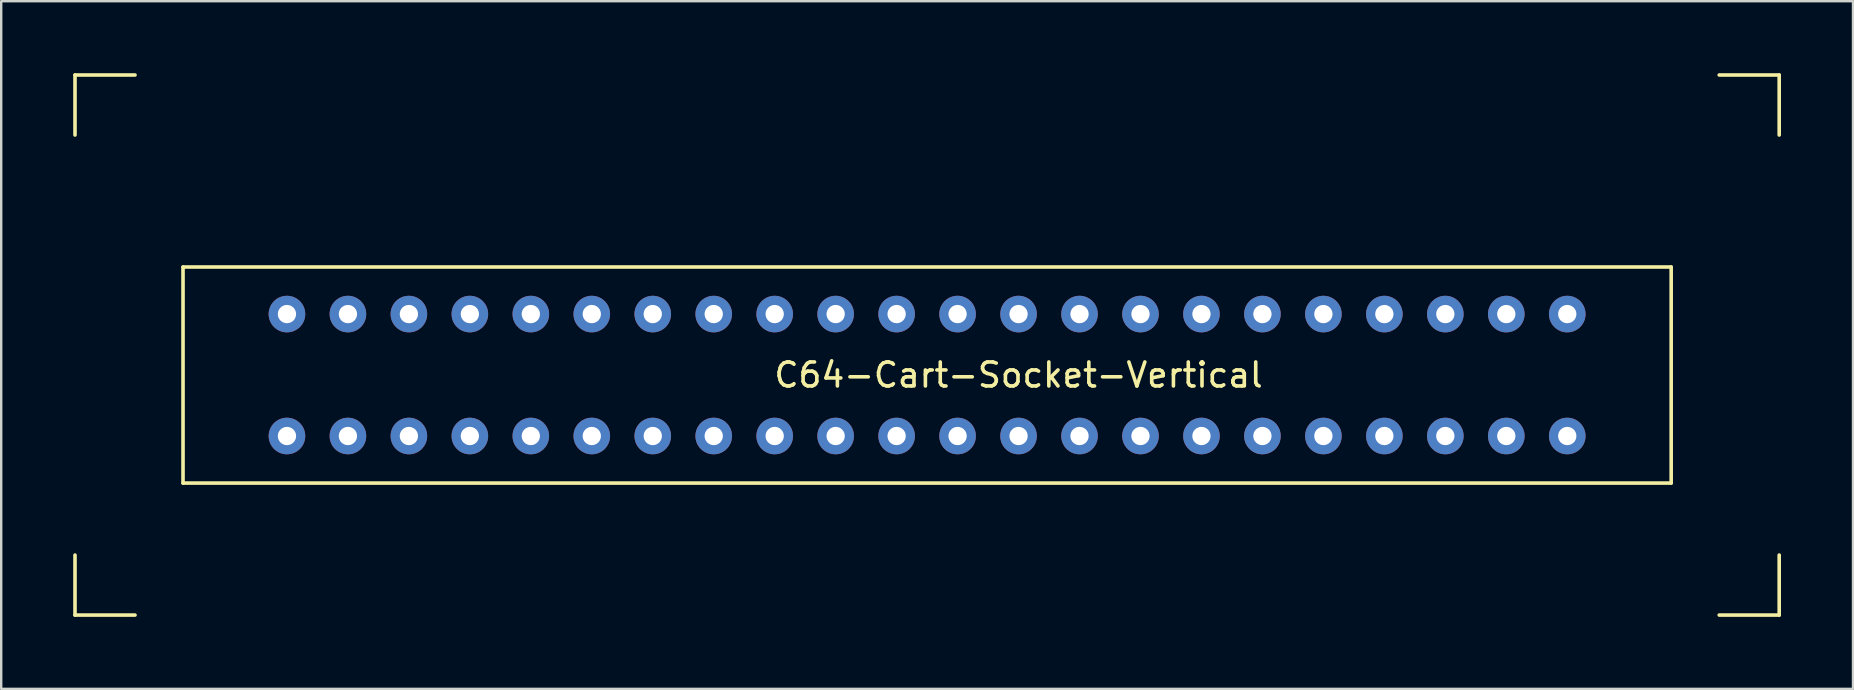
<source format=kicad_pcb>
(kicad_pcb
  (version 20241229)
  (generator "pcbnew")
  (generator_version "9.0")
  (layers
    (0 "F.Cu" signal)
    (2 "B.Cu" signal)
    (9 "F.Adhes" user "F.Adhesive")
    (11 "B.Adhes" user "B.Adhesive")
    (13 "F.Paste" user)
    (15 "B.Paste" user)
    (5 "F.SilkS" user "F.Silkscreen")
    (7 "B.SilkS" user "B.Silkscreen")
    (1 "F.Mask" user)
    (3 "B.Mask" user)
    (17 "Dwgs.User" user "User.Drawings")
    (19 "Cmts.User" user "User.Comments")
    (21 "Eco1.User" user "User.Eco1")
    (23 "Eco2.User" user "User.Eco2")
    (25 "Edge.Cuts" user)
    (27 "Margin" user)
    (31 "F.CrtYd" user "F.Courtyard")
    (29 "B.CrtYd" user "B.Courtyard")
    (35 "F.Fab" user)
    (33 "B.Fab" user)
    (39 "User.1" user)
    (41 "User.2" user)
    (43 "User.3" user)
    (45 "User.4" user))
  (footprint "C64-Cart-Socket-Vertical"
    (layer "F.Cu")
    (at 35.575 12.575)
    (property "Reference" "C64-Cart-Socket-Vertical" (at 3.81 0 0) (layer "F.SilkS") (effects (font (size 1 1) (thickness 0.15))))
    (attr through_hole)
    (fp_line (start -35.5 -12.5) (end -33 -12.5) (stroke (width 0.15) (type solid)) (layer "F.SilkS"))
    (fp_line (start -35.5 -10) (end -35.5 -12.5) (stroke (width 0.15) (type solid)) (layer "F.SilkS"))
    (fp_line (start -35.5 7.5) (end -35.5 10) (stroke (width 0.15) (type solid)) (layer "F.SilkS"))
    (fp_line (start -35.5 10) (end -33 10) (stroke (width 0.15) (type solid)) (layer "F.SilkS"))
    (fp_line (start -31 -4.5) (end -31 4.5) (stroke (width 0.15) (type solid)) (layer "F.SilkS"))
    (fp_line (start -31 4.5) (end 31 4.5) (stroke (width 0.15) (type solid)) (layer "F.SilkS"))
    (fp_line (start 31 -4.5) (end -31 -4.5) (stroke (width 0.15) (type solid)) (layer "F.SilkS"))
    (fp_line (start 31 4.5) (end 31 -4.5) (stroke (width 0.15) (type solid)) (layer "F.SilkS"))
    (fp_line (start 35.5 -12.5) (end 33 -12.5) (stroke (width 0.15) (type solid)) (layer "F.SilkS"))
    (fp_line (start 35.5 -12.5) (end 35.5 -10) (stroke (width 0.15) (type solid)) (layer "F.SilkS"))
    (fp_line (start 35.5 7.5) (end 35.5 10) (stroke (width 0.15) (type solid)) (layer "F.SilkS"))
    (fp_line (start 35.5 10) (end 33 10) (stroke (width 0.15) (type solid)) (layer "F.SilkS"))
    (pad "1" thru_hole circle (at 26.67 -2.54) (size 1.524 1.524) (drill 0.762) (layers "*.Cu" "*.Mask"))
    (pad "2" thru_hole circle (at 24.13 -2.54) (size 1.524 1.524) (drill 0.762) (layers "*.Cu" "*.Mask"))
    (pad "3" thru_hole circle (at 21.59 -2.54) (size 1.524 1.524) (drill 0.762) (layers "*.Cu" "*.Mask"))
    (pad "4" thru_hole circle (at 19.05 -2.54) (size 1.524 1.524) (drill 0.762) (layers "*.Cu" "*.Mask"))
    (pad "5" thru_hole circle (at 16.51 -2.54) (size 1.524 1.524) (drill 0.762) (layers "*.Cu" "*.Mask"))
    (pad "6" thru_hole circle (at 13.97 -2.54) (size 1.524 1.524) (drill 0.762) (layers "*.Cu" "*.Mask"))
    (pad "7" thru_hole circle (at 11.43 -2.54) (size 1.524 1.524) (drill 0.762) (layers "*.Cu" "*.Mask"))
    (pad "8" thru_hole circle (at 8.89 -2.54) (size 1.524 1.524) (drill 0.762) (layers "*.Cu" "*.Mask"))
    (pad "9" thru_hole circle (at 6.35 -2.54) (size 1.524 1.524) (drill 0.762) (layers "*.Cu" "*.Mask"))
    (pad "10" thru_hole circle (at 3.81 -2.54) (size 1.524 1.524) (drill 0.762) (layers "*.Cu" "*.Mask"))
    (pad "11" thru_hole circle (at 1.27 -2.54) (size 1.524 1.524) (drill 0.762) (layers "*.Cu" "*.Mask"))
    (pad "12" thru_hole circle (at -1.27 -2.54) (size 1.524 1.524) (drill 0.762) (layers "*.Cu" "*.Mask"))
    (pad "13" thru_hole circle (at -3.81 -2.54) (size 1.524 1.524) (drill 0.762) (layers "*.Cu" "*.Mask"))
    (pad "14" thru_hole circle (at -6.35 -2.54) (size 1.524 1.524) (drill 0.762) (layers "*.Cu" "*.Mask"))
    (pad "15" thru_hole circle (at -8.89 -2.54) (size 1.524 1.524) (drill 0.762) (layers "*.Cu" "*.Mask"))
    (pad "16" thru_hole circle (at -11.43 -2.54) (size 1.524 1.524) (drill 0.762) (layers "*.Cu" "*.Mask"))
    (pad "17" thru_hole circle (at -13.97 -2.54) (size 1.524 1.524) (drill 0.762) (layers "*.Cu" "*.Mask"))
    (pad "18" thru_hole circle (at -16.51 -2.54) (size 1.524 1.524) (drill 0.762) (layers "*.Cu" "*.Mask"))
    (pad "19" thru_hole circle (at -19.05 -2.54) (size 1.524 1.524) (drill 0.762) (layers "*.Cu" "*.Mask"))
    (pad "20" thru_hole circle (at -21.59 -2.54) (size 1.524 1.524) (drill 0.762) (layers "*.Cu" "*.Mask"))
    (pad "21" thru_hole circle (at -24.13 -2.54) (size 1.524 1.524) (drill 0.762) (layers "*.Cu" "*.Mask"))
    (pad "22" thru_hole circle (at -26.67 -2.54) (size 1.524 1.524) (drill 0.762) (layers "*.Cu" "*.Mask"))
    (pad "A" thru_hole circle (at 26.67 2.54) (size 1.524 1.524) (drill 0.762) (layers "*.Cu" "*.Mask"))
    (pad "B" thru_hole circle (at 24.13 2.54) (size 1.524 1.524) (drill 0.762) (layers "*.Cu" "*.Mask"))
    (pad "C" thru_hole circle (at 21.59 2.54) (size 1.524 1.524) (drill 0.762) (layers "*.Cu" "*.Mask"))
    (pad "D" thru_hole circle (at 19.05 2.54) (size 1.524 1.524) (drill 0.762) (layers "*.Cu" "*.Mask"))
    (pad "E" thru_hole circle (at 16.51 2.54) (size 1.524 1.524) (drill 0.762) (layers "*.Cu" "*.Mask"))
    (pad "F" thru_hole circle (at 13.97 2.54) (size 1.524 1.524) (drill 0.762) (layers "*.Cu" "*.Mask"))
    (pad "H" thru_hole circle (at 11.43 2.54) (size 1.524 1.524) (drill 0.762) (layers "*.Cu" "*.Mask"))
    (pad "J" thru_hole circle (at 8.89 2.54) (size 1.524 1.524) (drill 0.762) (layers "*.Cu" "*.Mask"))
    (pad "K" thru_hole circle (at 6.35 2.54) (size 1.524 1.524) (drill 0.762) (layers "*.Cu" "*.Mask"))
    (pad "L" thru_hole circle (at 3.81 2.54) (size 1.524 1.524) (drill 0.762) (layers "*.Cu" "*.Mask"))
    (pad "M" thru_hole circle (at 1.27 2.54) (size 1.524 1.524) (drill 0.762) (layers "*.Cu" "*.Mask"))
    (pad "N" thru_hole circle (at -1.27 2.54) (size 1.524 1.524) (drill 0.762) (layers "*.Cu" "*.Mask"))
    (pad "P" thru_hole circle (at -3.81 2.54) (size 1.524 1.524) (drill 0.762) (layers "*.Cu" "*.Mask"))
    (pad "R" thru_hole circle (at -6.35 2.54) (size 1.524 1.524) (drill 0.762) (layers "*.Cu" "*.Mask"))
    (pad "S" thru_hole circle (at -8.89 2.54) (size 1.524 1.524) (drill 0.762) (layers "*.Cu" "*.Mask"))
    (pad "T" thru_hole circle (at -11.43 2.54) (size 1.524 1.524) (drill 0.762) (layers "*.Cu" "*.Mask"))
    (pad "U" thru_hole circle (at -13.97 2.54) (size 1.524 1.524) (drill 0.762) (layers "*.Cu" "*.Mask"))
    (pad "V" thru_hole circle (at -16.51 2.54) (size 1.524 1.524) (drill 0.762) (layers "*.Cu" "*.Mask"))
    (pad "W" thru_hole circle (at -19.05 2.54) (size 1.524 1.524) (drill 0.762) (layers "*.Cu" "*.Mask"))
    (pad "X" thru_hole circle (at -21.59 2.54) (size 1.524 1.524) (drill 0.762) (layers "*.Cu" "*.Mask"))
    (pad "Y" thru_hole circle (at -24.13 2.54) (size 1.524 1.524) (drill 0.762) (layers "*.Cu" "*.Mask"))
    (pad "Z" thru_hole circle (at -26.67 2.54) (size 1.524 1.524) (drill 0.762) (layers "*.Cu" "*.Mask")))
  (gr_rect
    (start -3 -3)
    (end 74.15 25.65)
    (stroke (width 0.1) (type default))
    (fill no)
    (layer "Edge.Cuts")))
</source>
